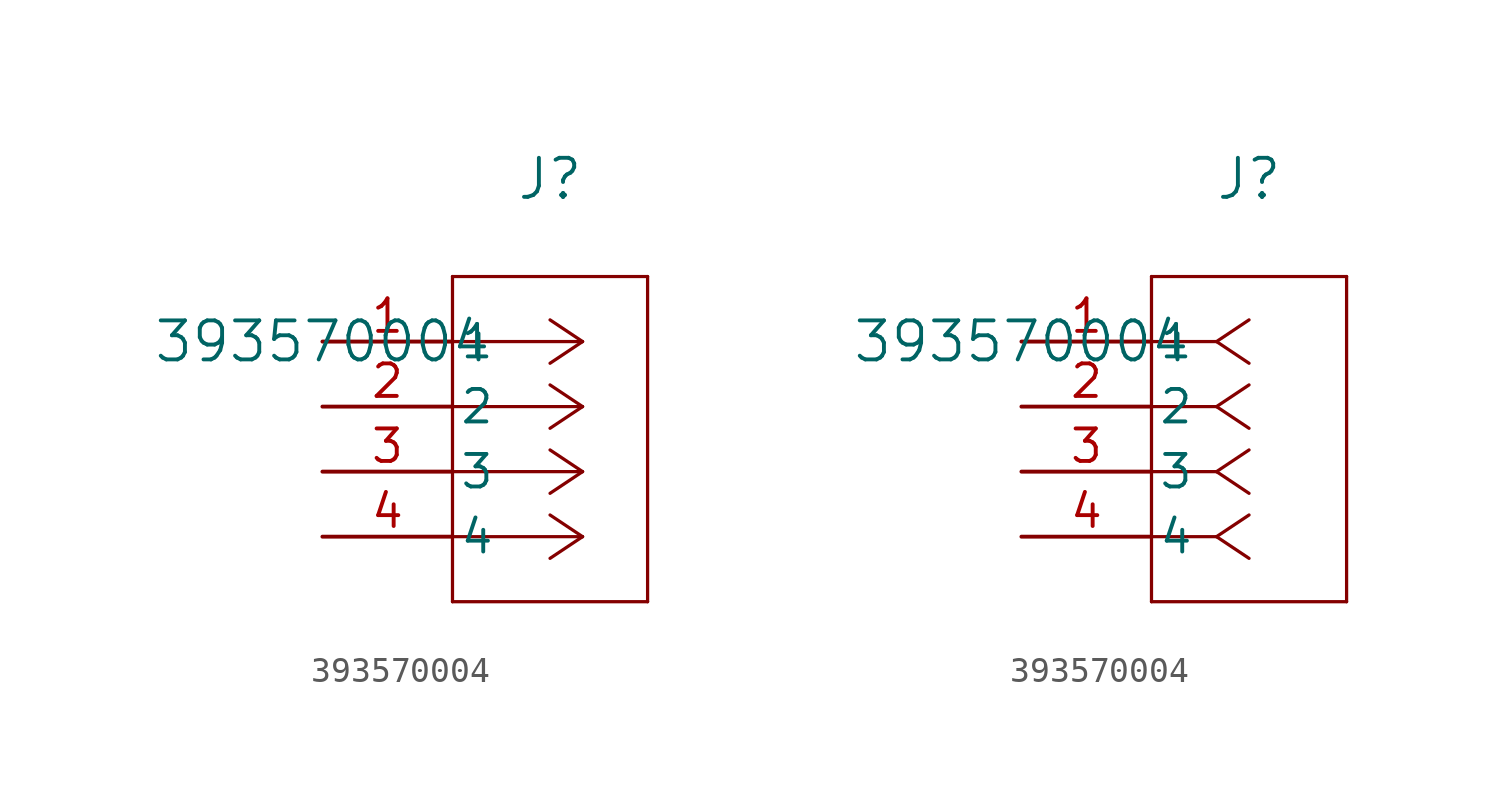
<source format=kicad_sym>
(kicad_symbol_lib
  (version 20211014)
  (generator kicad_symbol_editor)
  (symbol "393570004"
    (pin_names
      (offset 0.254))
    (property "Reference" "J"
      (at 8.89 6.35 0)
      (effects (font (size 1.524 1.524))))
    (property "Value" "393570004"
      (at 0 0 0)
      (effects (font (size 1.524 1.524))))
    (symbol "393570004_1_1"
      (polyline (pts (xy 10.16 0) (xy 5.08 0)) (stroke (width 0.127) (type default) (color 0 0 0 0)) (fill (type none)))
      (polyline (pts (xy 10.16 -2.54) (xy 5.08 -2.54)) (stroke (width 0.127) (type default) (color 0 0 0 0)) (fill (type none)))
      (polyline (pts (xy 10.16 -5.08) (xy 5.08 -5.08)) (stroke (width 0.127) (type default) (color 0 0 0 0)) (fill (type none)))
      (polyline (pts (xy 10.16 -7.62) (xy 5.08 -7.62)) (stroke (width 0.127) (type default) (color 0 0 0 0)) (fill (type none)))
      (polyline (pts (xy 10.16 0) (xy 8.89 0.847)) (stroke (width 0.127) (type default) (color 0 0 0 0)) (fill (type none)))
      (polyline (pts (xy 10.16 -2.54) (xy 8.89 -1.693)) (stroke (width 0.127) (type default) (color 0 0 0 0)) (fill (type none)))
      (polyline (pts (xy 10.16 -5.08) (xy 8.89 -4.233)) (stroke (width 0.127) (type default) (color 0 0 0 0)) (fill (type none)))
      (polyline (pts (xy 10.16 -7.62) (xy 8.89 -6.773)) (stroke (width 0.127) (type default) (color 0 0 0 0)) (fill (type none)))
      (polyline (pts (xy 10.16 0) (xy 8.89 -0.847)) (stroke (width 0.127) (type default) (color 0 0 0 0)) (fill (type none)))
      (polyline (pts (xy 10.16 -2.54) (xy 8.89 -3.387)) (stroke (width 0.127) (type default) (color 0 0 0 0)) (fill (type none)))
      (polyline (pts (xy 10.16 -5.08) (xy 8.89 -5.927)) (stroke (width 0.127) (type default) (color 0 0 0 0)) (fill (type none)))
      (polyline (pts (xy 10.16 -7.62) (xy 8.89 -8.467)) (stroke (width 0.127) (type default) (color 0 0 0 0)) (fill (type none)))
      (polyline (pts (xy 5.08 2.54) (xy 5.08 -10.16)) (stroke (width 0.127) (type default) (color 0 0 0 0)) (fill (type none)))
      (polyline (pts (xy 5.08 -10.16) (xy 12.7 -10.16)) (stroke (width 0.127) (type default) (color 0 0 0 0)) (fill (type none)))
      (polyline (pts (xy 12.7 -10.16) (xy 12.7 2.54)) (stroke (width 0.127) (type default) (color 0 0 0 0)) (fill (type none)))
      (polyline (pts (xy 12.7 2.54) (xy 5.08 2.54)) (stroke (width 0.127) (type default) (color 0 0 0 0)) (fill (type none)))
      (pin unspecified line (at 0 0 0) (length 5.08) (name "1" (effects (font (size 1.27 1.27)))) (number "1" (effects (font (size 1.27 1.27)))))
      (pin unspecified line (at 0 -2.54 0) (length 5.08) (name "2" (effects (font (size 1.27 1.27)))) (number "2" (effects (font (size 1.27 1.27)))))
      (pin unspecified line (at 0 -5.08 0) (length 5.08) (name "3" (effects (font (size 1.27 1.27)))) (number "3" (effects (font (size 1.27 1.27)))))
      (pin unspecified line (at 0 -7.62 0) (length 5.08) (name "4" (effects (font (size 1.27 1.27)))) (number "4" (effects (font (size 1.27 1.27))))))
    (symbol "393570004_1_2"
      (polyline (pts (xy 7.62 0) (xy 5.08 0)) (stroke (width 0.127) (type default) (color 0 0 0 0)) (fill (type none)))
      (polyline (pts (xy 7.62 -2.54) (xy 5.08 -2.54)) (stroke (width 0.127) (type default) (color 0 0 0 0)) (fill (type none)))
      (polyline (pts (xy 7.62 -5.08) (xy 5.08 -5.08)) (stroke (width 0.127) (type default) (color 0 0 0 0)) (fill (type none)))
      (polyline (pts (xy 7.62 -7.62) (xy 5.08 -7.62)) (stroke (width 0.127) (type default) (color 0 0 0 0)) (fill (type none)))
      (polyline (pts (xy 7.62 0) (xy 8.89 0.847)) (stroke (width 0.127) (type default) (color 0 0 0 0)) (fill (type none)))
      (polyline (pts (xy 7.62 -2.54) (xy 8.89 -1.693)) (stroke (width 0.127) (type default) (color 0 0 0 0)) (fill (type none)))
      (polyline (pts (xy 7.62 -5.08) (xy 8.89 -4.233)) (stroke (width 0.127) (type default) (color 0 0 0 0)) (fill (type none)))
      (polyline (pts (xy 7.62 -7.62) (xy 8.89 -6.773)) (stroke (width 0.127) (type default) (color 0 0 0 0)) (fill (type none)))
      (polyline (pts (xy 7.62 0) (xy 8.89 -0.847)) (stroke (width 0.127) (type default) (color 0 0 0 0)) (fill (type none)))
      (polyline (pts (xy 7.62 -2.54) (xy 8.89 -3.387)) (stroke (width 0.127) (type default) (color 0 0 0 0)) (fill (type none)))
      (polyline (pts (xy 7.62 -5.08) (xy 8.89 -5.927)) (stroke (width 0.127) (type default) (color 0 0 0 0)) (fill (type none)))
      (polyline (pts (xy 7.62 -7.62) (xy 8.89 -8.467)) (stroke (width 0.127) (type default) (color 0 0 0 0)) (fill (type none)))
      (polyline (pts (xy 5.08 2.54) (xy 5.08 -10.16)) (stroke (width 0.127) (type default) (color 0 0 0 0)) (fill (type none)))
      (polyline (pts (xy 5.08 -10.16) (xy 12.7 -10.16)) (stroke (width 0.127) (type default) (color 0 0 0 0)) (fill (type none)))
      (polyline (pts (xy 12.7 -10.16) (xy 12.7 2.54)) (stroke (width 0.127) (type default) (color 0 0 0 0)) (fill (type none)))
      (polyline (pts (xy 12.7 2.54) (xy 5.08 2.54)) (stroke (width 0.127) (type default) (color 0 0 0 0)) (fill (type none)))
      (pin unspecified line (at 0 0 0) (length 5.08) (name "1" (effects (font (size 1.27 1.27)))) (number "1" (effects (font (size 1.27 1.27)))))
      (pin unspecified line (at 0 -2.54 0) (length 5.08) (name "2" (effects (font (size 1.27 1.27)))) (number "2" (effects (font (size 1.27 1.27)))))
      (pin unspecified line (at 0 -5.08 0) (length 5.08) (name "3" (effects (font (size 1.27 1.27)))) (number "3" (effects (font (size 1.27 1.27)))))
      (pin unspecified line (at 0 -7.62 0) (length 5.08) (name "4" (effects (font (size 1.27 1.27)))) (number "4" (effects (font (size 1.27 1.27))))))))
</source>
